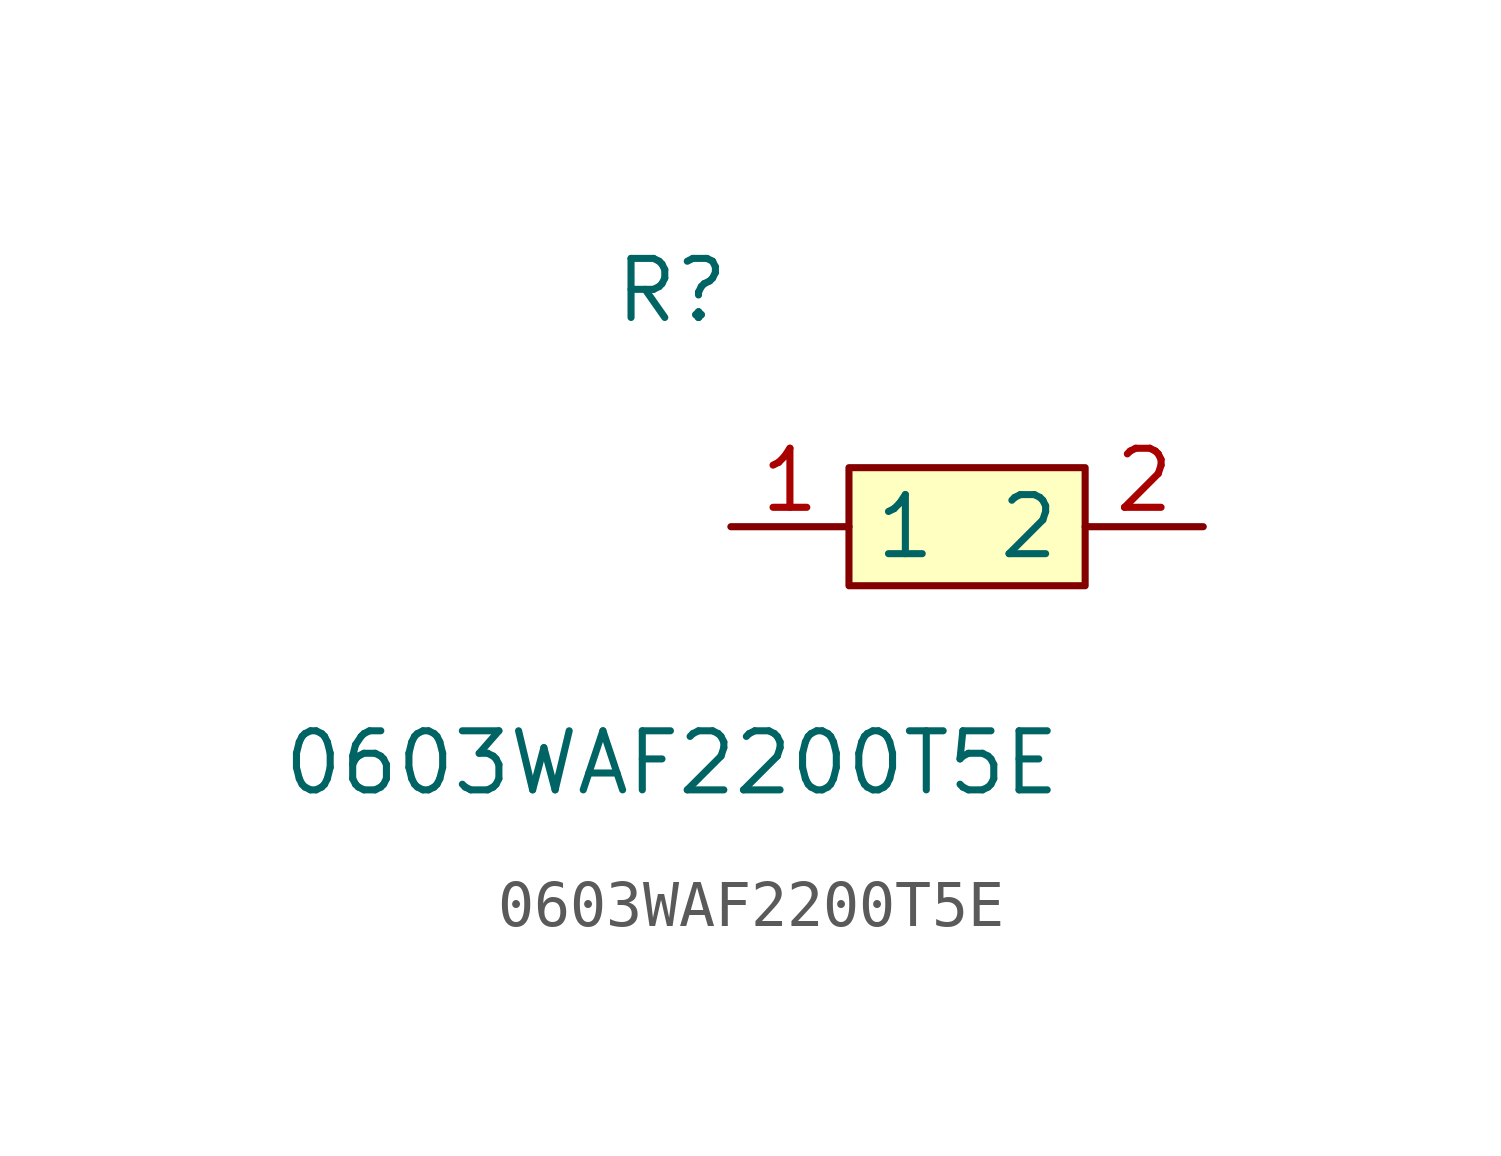
<source format=kicad_sym>
(kicad_symbol_lib
  (version 20241209)
  (generator "kicad_symbol_editor")
  (generator_version "9.0")
  (symbol "0603WAF2200T5E"
    (property "Reference" "R"
      (at 0 3.81 0)
      (effects (font (size 1.27 1.27))))
    (property "Value" "0603WAF2200T5E"
      (at 0 -6.35 0)
      (effects (font (size 1.27 1.27))))
    (symbol "0603WAF2200T5E_0_1"
      (rectangle (start 3.81 0) (end 8.89 -2.54) (stroke (width 0) (type default)) (fill (type background)))
      (pin input line (at 1.27 -1.27 0) (length 2.54) (name "1" (effects (font (size 1.27 1.27)))) (number "1" (effects (font (size 1.27 1.27)))))
      (pin input line (at 11.43 -1.27 180) (length 2.54) (name "2" (effects (font (size 1.27 1.27)))) (number "2" (effects (font (size 1.27 1.27))))))))
</source>
